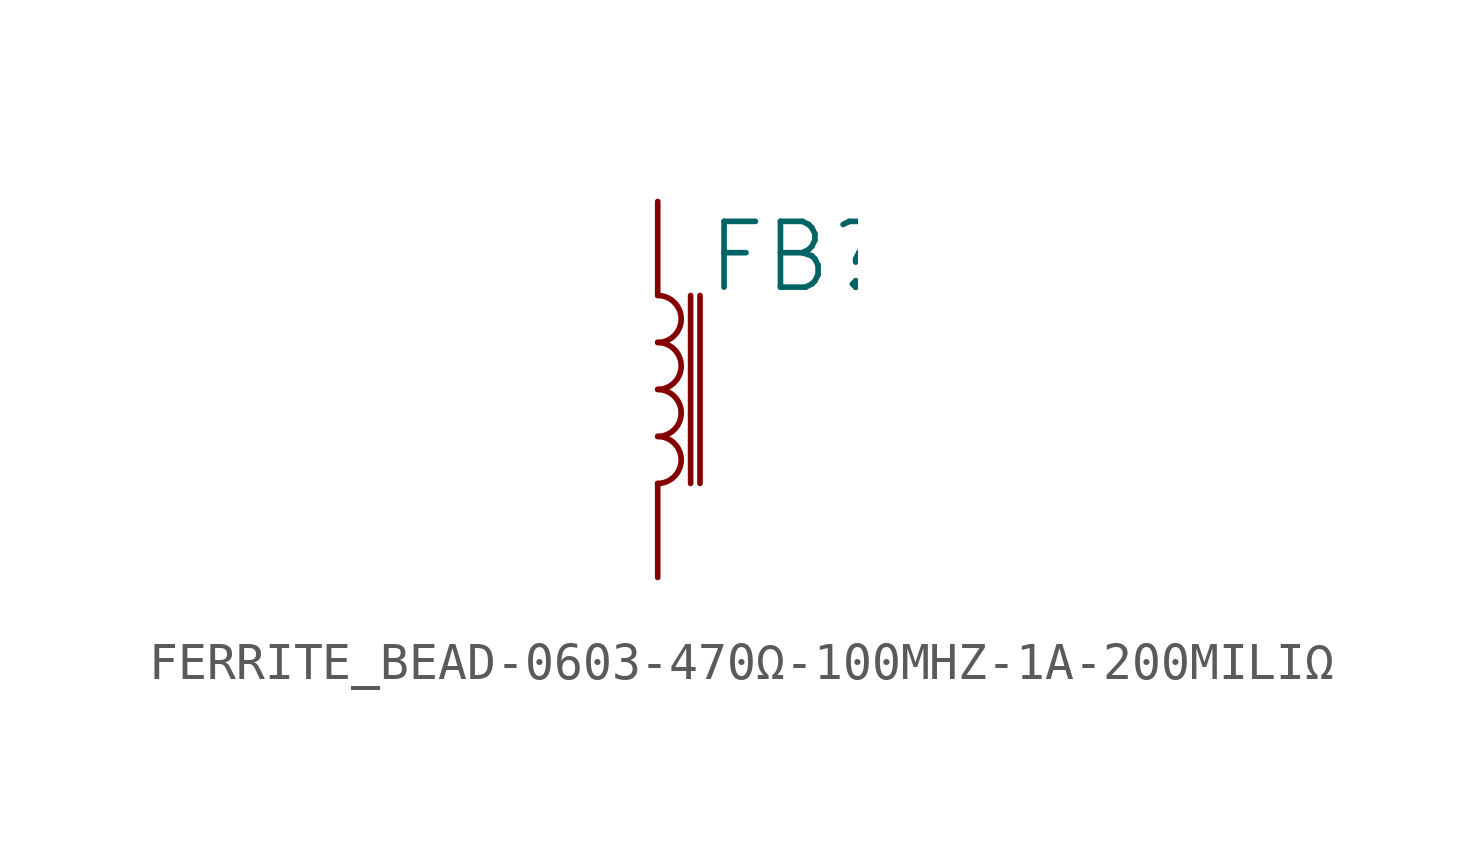
<source format=kicad_sym>
(kicad_symbol_lib
  (version 20220914)
  (generator kicad_symbol_editor)
  (symbol "FERRITE_BEAD-0603-470Ω-100MHZ-1A-200MILIΩ"
    (property "Reference" "FB"
      (at 1.27 2.54 0)
      (effects (font (size 1.778 1.778)) (justify left bottom)))
    (property "Value" ""
      (at 1.27 -2.54 0)
      (effects (font (size 1.778 1.778)) (justify left top)))
    (property "ki_locked" ""
      (at 0 0 0)
      (effects (font (size 1.27 1.27))))
    (symbol "FERRITE_BEAD-0603-470Ω-100MHZ-1A-200MILIΩ_1_0"
      (arc (start 0 -2.54) (mid 0.6323 -1.905) (end 0 -1.27) (stroke (width 0.1524) (type solid)) (fill (type none)))
      (arc (start 0 -1.27) (mid 0.6323 -0.635) (end 0 0) (stroke (width 0.1524) (type solid)) (fill (type none)))
      (polyline (pts (xy 0.889 2.54) (xy 0.889 -2.54)) (stroke (width 0.152) (type solid)) (fill (type none)))
      (polyline (pts (xy 1.143 2.54) (xy 1.143 -2.54)) (stroke (width 0.152) (type solid)) (fill (type none)))
      (arc (start 0 0) (mid 0.6323 0.635) (end 0 1.27) (stroke (width 0.1524) (type solid)) (fill (type none)))
      (arc (start 0 1.27) (mid 0.6323 1.905) (end 0 2.54) (stroke (width 0.1524) (type solid)) (fill (type none)))
      (pin passive line (at 0 5.08 270) (length 2.54) (name "1" (effects (font (size 0 0)))) (number "1" (effects (font (size 0 0)))))
      (pin passive line (at 0 -5.08 90) (length 2.54) (name "2" (effects (font (size 0 0)))) (number "2" (effects (font (size 0 0))))))))
</source>
